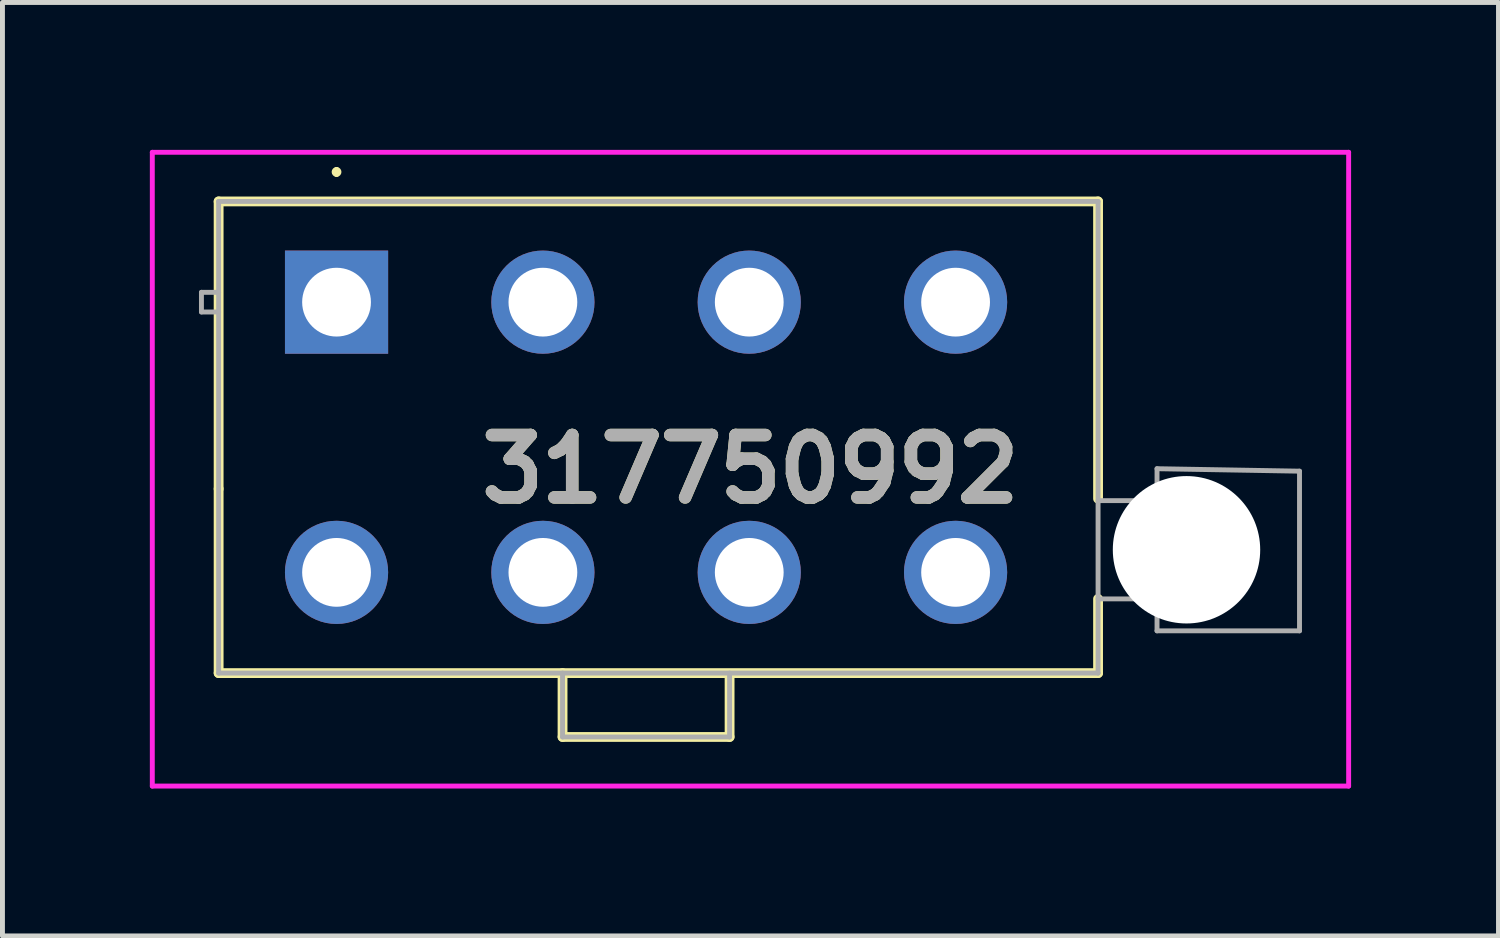
<source format=kicad_pcb>
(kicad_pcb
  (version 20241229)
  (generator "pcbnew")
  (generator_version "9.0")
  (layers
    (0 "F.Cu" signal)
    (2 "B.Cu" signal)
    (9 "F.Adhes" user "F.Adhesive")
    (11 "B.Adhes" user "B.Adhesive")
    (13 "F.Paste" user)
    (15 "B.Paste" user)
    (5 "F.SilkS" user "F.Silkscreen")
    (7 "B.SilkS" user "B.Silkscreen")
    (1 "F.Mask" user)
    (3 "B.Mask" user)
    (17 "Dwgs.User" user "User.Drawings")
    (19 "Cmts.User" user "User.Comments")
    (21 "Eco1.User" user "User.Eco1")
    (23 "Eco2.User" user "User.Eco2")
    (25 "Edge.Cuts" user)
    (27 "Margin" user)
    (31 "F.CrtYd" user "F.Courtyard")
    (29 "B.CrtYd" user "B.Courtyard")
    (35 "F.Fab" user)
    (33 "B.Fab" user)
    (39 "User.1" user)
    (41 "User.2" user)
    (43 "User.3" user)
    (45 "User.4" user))
  (footprint "317750992"
    (layer "F.Cu")
    (at 3.8 3.1)
    (property "Reference" "317750992" (at 8.425 3.4 0) (layer "F.SilkS") (effects (font (size 1.27 1.27) (thickness 0.254))))
    (attr through_hole)
    (fp_line (start -2.4 -2.05) (end 15.5 -2.05) (stroke (width 0.2) (type solid)) (layer "F.SilkS"))
    (fp_line (start -2.4 3.8) (end -2.4 -2.05) (stroke (width 0.2) (type solid)) (layer "F.SilkS"))
    (fp_line (start -2.4 7.55) (end -2.4 3.8) (stroke (width 0.2) (type solid)) (layer "F.SilkS"))
    (fp_line (start 0 -2.7) (end 0 -2.7) (stroke (width 0.1) (type solid)) (layer "F.SilkS"))
    (fp_line (start 0 -2.6) (end 0 -2.6) (stroke (width 0.1) (type solid)) (layer "F.SilkS"))
    (fp_line (start 4.6 7.55) (end 4.6 8.85) (stroke (width 0.2) (type solid)) (layer "F.SilkS"))
    (fp_line (start 4.6 8.85) (end 8 8.85) (stroke (width 0.2) (type solid)) (layer "F.SilkS"))
    (fp_line (start 8 8.85) (end 8 7.6) (stroke (width 0.2) (type solid)) (layer "F.SilkS"))
    (fp_line (start 15.5 -2.05) (end 15.5 4) (stroke (width 0.2) (type solid)) (layer "F.SilkS"))
    (fp_line (start 15.5 6.04) (end 15.5 7.55) (stroke (width 0.2) (type solid)) (layer "F.SilkS"))
    (fp_line (start 15.5 7.55) (end -2.4 7.55) (stroke (width 0.2) (type solid)) (layer "F.SilkS"))
    (fp_arc (start 0 -2.7) (mid 0.05 -2.65) (end 0 -2.6) (stroke (width 0.1) (type solid)) (layer "F.SilkS"))
    (fp_arc (start 0 -2.6) (mid -0.05 -2.65) (end 0 -2.7) (stroke (width 0.1) (type solid)) (layer "F.SilkS"))
    (fp_line (start -3.75 -3.05) (end 20.6 -3.05) (stroke (width 0.1) (type solid)) (layer "F.CrtYd"))
    (fp_line (start -3.75 9.85) (end -3.75 -3.05) (stroke (width 0.1) (type solid)) (layer "F.CrtYd"))
    (fp_line (start 20.6 -3.05) (end 20.6 9.85) (stroke (width 0.1) (type solid)) (layer "F.CrtYd"))
    (fp_line (start 20.6 9.85) (end -3.75 9.85) (stroke (width 0.1) (type solid)) (layer "F.CrtYd"))
    (fp_line (start -2.75 -0.2) (end -2.75 0.2) (stroke (width 0.1) (type solid)) (layer "F.Fab"))
    (fp_line (start -2.75 0.2) (end -2.4 0.2) (stroke (width 0.1) (type solid)) (layer "F.Fab"))
    (fp_line (start -2.4 -2.05) (end 15.5 -2.05) (stroke (width 0.1) (type solid)) (layer "F.Fab"))
    (fp_line (start -2.4 -0.2) (end -2.75 -0.2) (stroke (width 0.1) (type solid)) (layer "F.Fab"))
    (fp_line (start -2.4 7.55) (end -2.4 -2.05) (stroke (width 0.1) (type solid)) (layer "F.Fab"))
    (fp_line (start 4.6 7.55) (end 4.6 8.85) (stroke (width 0.1) (type solid)) (layer "F.Fab"))
    (fp_line (start 4.6 8.85) (end 8 8.85) (stroke (width 0.1) (type solid)) (layer "F.Fab"))
    (fp_line (start 8 8.85) (end 8 7.55) (stroke (width 0.1) (type solid)) (layer "F.Fab"))
    (fp_line (start 15.5 -2.05) (end 15.5 7.55) (stroke (width 0.1) (type solid)) (layer "F.Fab"))
    (fp_line (start 15.5 4.04) (end 16.7 4.04) (stroke (width 0.1) (type solid)) (layer "F.Fab"))
    (fp_line (start 15.5 7.55) (end -2.4 7.55) (stroke (width 0.1) (type solid)) (layer "F.Fab"))
    (fp_line (start 16.7 3.39) (end 19.6 3.44) (stroke (width 0.1) (type solid)) (layer "F.Fab"))
    (fp_line (start 16.7 4.04) (end 16.7 3.39) (stroke (width 0.1) (type solid)) (layer "F.Fab"))
    (fp_line (start 16.7 6.04) (end 15.5 6.04) (stroke (width 0.1) (type solid)) (layer "F.Fab"))
    (fp_line (start 16.7 6.69) (end 16.7 6.04) (stroke (width 0.1) (type solid)) (layer "F.Fab"))
    (fp_line (start 19.6 3.44) (end 19.6 6.69) (stroke (width 0.1) (type solid)) (layer "F.Fab"))
    (fp_line (start 19.6 6.69) (end 16.7 6.69) (stroke (width 0.1) (type solid)) (layer "F.Fab"))
    (fp_text user "${REFERENCE}" (at 8.425 3.4 0) (layer "F.Fab") (effects (font (size 1.27 1.27) (thickness 0.254))))
    (pad "" np_thru_hole circle (at 17.3 5.04) (size 3 3) (drill 3) (layers "*.Cu" "*.Mask"))
    (pad "1" thru_hole rect (at 0 0) (size 2.1 2.1) (drill 1.4) (layers "*.Cu" "*.Mask"))
    (pad "2" thru_hole circle (at 4.2 0) (size 2.1 2.1) (drill 1.4) (layers "*.Cu" "*.Mask"))
    (pad "3" thru_hole circle (at 8.4 0) (size 2.1 2.1) (drill 1.4) (layers "*.Cu" "*.Mask"))
    (pad "4" thru_hole circle (at 12.6 0) (size 2.1 2.1) (drill 1.4) (layers "*.Cu" "*.Mask"))
    (pad "5" thru_hole circle (at 0 5.5) (size 2.1 2.1) (drill 1.4) (layers "*.Cu" "*.Mask"))
    (pad "6" thru_hole circle (at 4.2 5.5) (size 2.1 2.1) (drill 1.4) (layers "*.Cu" "*.Mask"))
    (pad "7" thru_hole circle (at 8.4 5.5) (size 2.1 2.1) (drill 1.4) (layers "*.Cu" "*.Mask"))
    (pad "8" thru_hole circle (at 12.6 5.5) (size 2.1 2.1) (drill 1.4) (layers "*.Cu" "*.Mask")))
  (gr_rect
    (start -3 -3)
    (end 27.45 16)
    (stroke (width 0.1) (type default))
    (fill no)
    (layer "Edge.Cuts")))
</source>
